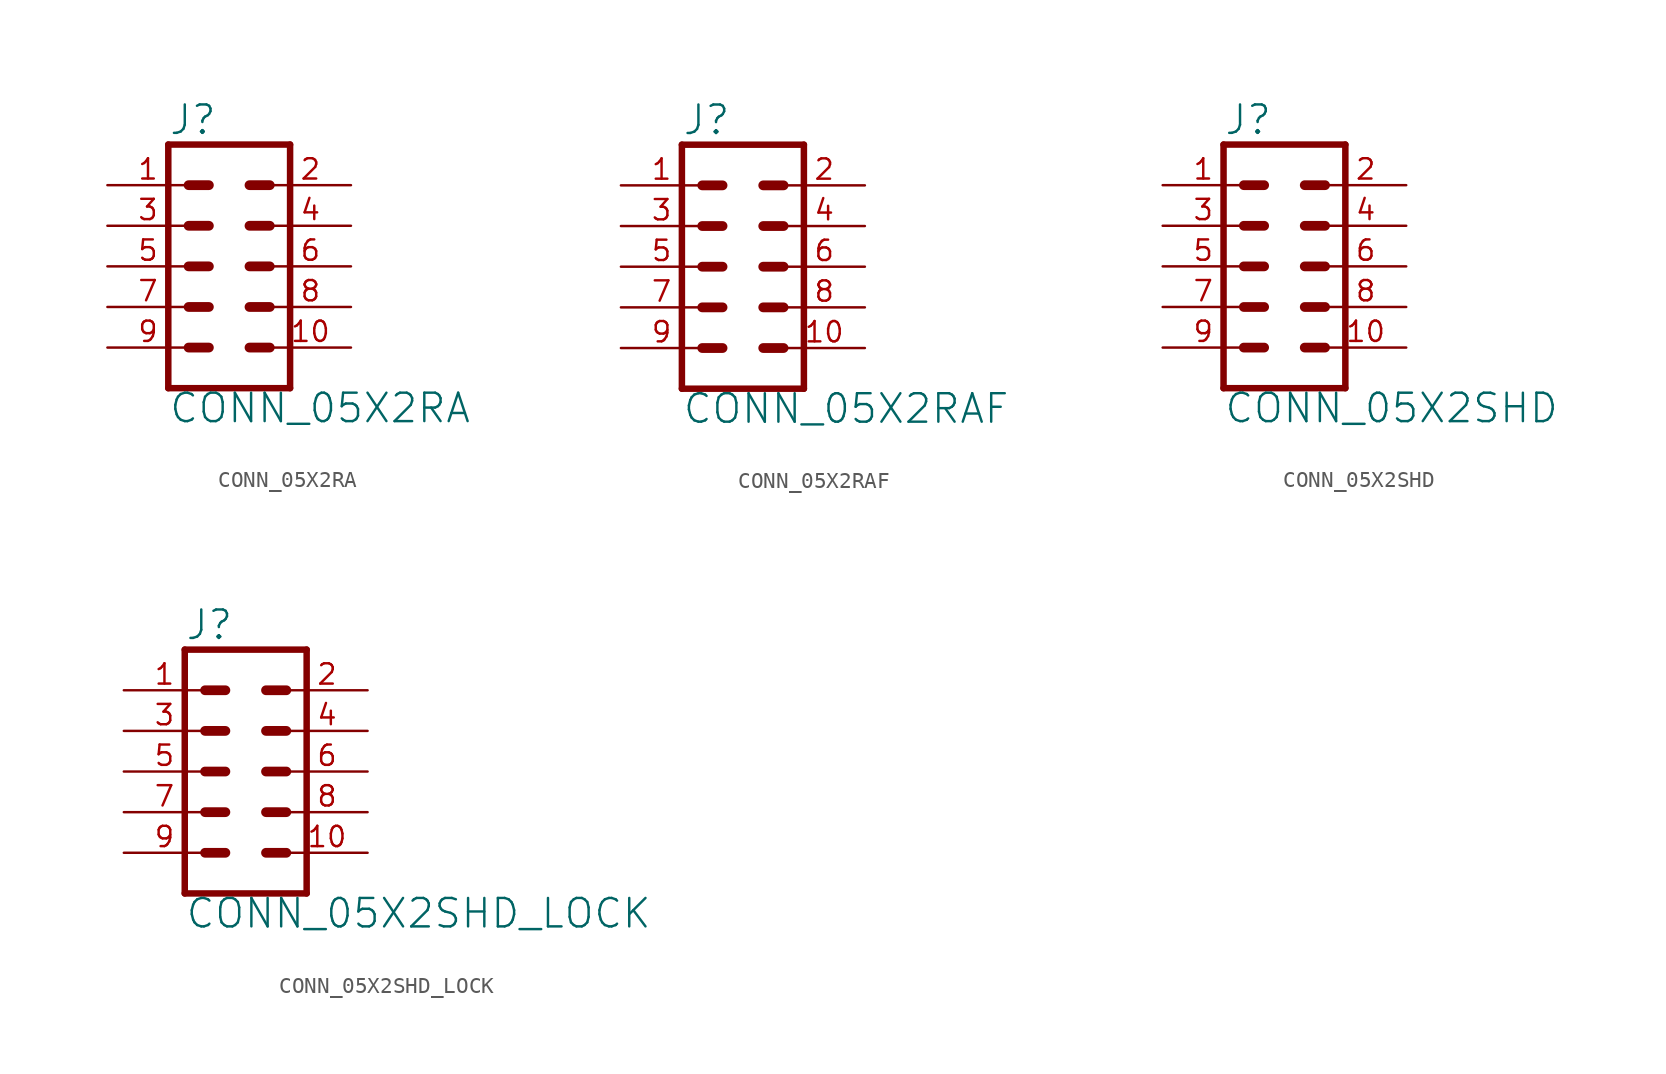
<source format=kicad_sym>
(kicad_symbol_lib
  (version 20211014)
  (generator kicad_symbol_editor)
  (symbol "CONN_05X2RA"
    (property "Reference" "J"
      (at -3.81 8.128 0)
      (effects (font (size 1.778 1.778)) (justify left bottom)))
    (property "Value" "CONN_05X2RA"
      (at -3.81 -9.906 0)
      (effects (font (size 1.778 1.778)) (justify left bottom)))
    (property "ki_locked" ""
      (at 0 0 0)
      (effects (font (size 1.27 1.27))))
    (symbol "CONN_05X2RA_1_0"
      (polyline (pts (xy -3.81 7.62) (xy -3.81 -7.62)) (stroke (width 0.406) (type default) (color 0 0 0 0)) (fill (type none)))
      (polyline (pts (xy -3.81 7.62) (xy 3.81 7.62)) (stroke (width 0.406) (type default) (color 0 0 0 0)) (fill (type none)))
      (polyline (pts (xy -1.27 -5.08) (xy -2.54 -5.08)) (stroke (width 0.61) (type default) (color 0 0 0 0)) (fill (type none)))
      (polyline (pts (xy -1.27 -2.54) (xy -2.54 -2.54)) (stroke (width 0.61) (type default) (color 0 0 0 0)) (fill (type none)))
      (polyline (pts (xy -1.27 0) (xy -2.54 0)) (stroke (width 0.61) (type default) (color 0 0 0 0)) (fill (type none)))
      (polyline (pts (xy -1.27 2.54) (xy -2.54 2.54)) (stroke (width 0.61) (type default) (color 0 0 0 0)) (fill (type none)))
      (polyline (pts (xy -1.27 5.08) (xy -2.54 5.08)) (stroke (width 0.61) (type default) (color 0 0 0 0)) (fill (type none)))
      (polyline (pts (xy 1.27 -5.08) (xy 2.54 -5.08)) (stroke (width 0.61) (type default) (color 0 0 0 0)) (fill (type none)))
      (polyline (pts (xy 1.27 -2.54) (xy 2.54 -2.54)) (stroke (width 0.61) (type default) (color 0 0 0 0)) (fill (type none)))
      (polyline (pts (xy 1.27 0) (xy 2.54 0)) (stroke (width 0.61) (type default) (color 0 0 0 0)) (fill (type none)))
      (polyline (pts (xy 1.27 2.54) (xy 2.54 2.54)) (stroke (width 0.61) (type default) (color 0 0 0 0)) (fill (type none)))
      (polyline (pts (xy 1.27 5.08) (xy 2.54 5.08)) (stroke (width 0.61) (type default) (color 0 0 0 0)) (fill (type none)))
      (polyline (pts (xy 3.81 -7.62) (xy -3.81 -7.62)) (stroke (width 0.406) (type default) (color 0 0 0 0)) (fill (type none)))
      (polyline (pts (xy 3.81 -7.62) (xy 3.81 7.62)) (stroke (width 0.406) (type default) (color 0 0 0 0)) (fill (type none)))
      (pin passive line (at -7.62 5.08 0) (length 5.08) (name "1" (effects (font (size 0 0)))) (number "1" (effects (font (size 1.27 1.27)))))
      (pin passive line (at 7.62 -5.08 180) (length 5.08) (name "10" (effects (font (size 0 0)))) (number "10" (effects (font (size 1.27 1.27)))))
      (pin passive line (at 7.62 5.08 180) (length 5.08) (name "2" (effects (font (size 0 0)))) (number "2" (effects (font (size 1.27 1.27)))))
      (pin passive line (at -7.62 2.54 0) (length 5.08) (name "3" (effects (font (size 0 0)))) (number "3" (effects (font (size 1.27 1.27)))))
      (pin passive line (at 7.62 2.54 180) (length 5.08) (name "4" (effects (font (size 0 0)))) (number "4" (effects (font (size 1.27 1.27)))))
      (pin passive line (at -7.62 0 0) (length 5.08) (name "5" (effects (font (size 0 0)))) (number "5" (effects (font (size 1.27 1.27)))))
      (pin passive line (at 7.62 0 180) (length 5.08) (name "6" (effects (font (size 0 0)))) (number "6" (effects (font (size 1.27 1.27)))))
      (pin passive line (at -7.62 -2.54 0) (length 5.08) (name "7" (effects (font (size 0 0)))) (number "7" (effects (font (size 1.27 1.27)))))
      (pin passive line (at 7.62 -2.54 180) (length 5.08) (name "8" (effects (font (size 0 0)))) (number "8" (effects (font (size 1.27 1.27)))))
      (pin passive line (at -7.62 -5.08 0) (length 5.08) (name "9" (effects (font (size 0 0)))) (number "9" (effects (font (size 1.27 1.27)))))))
  (symbol "CONN_05X2RAF"
    (property "Reference" "J"
      (at -3.81 8.128 0)
      (effects (font (size 1.778 1.778)) (justify left bottom)))
    (property "Value" "CONN_05X2RAF"
      (at -3.81 -9.906 0)
      (effects (font (size 1.778 1.778)) (justify left bottom)))
    (property "ki_locked" ""
      (at 0 0 0)
      (effects (font (size 1.27 1.27))))
    (symbol "CONN_05X2RAF_1_0"
      (polyline (pts (xy -3.81 7.62) (xy -3.81 -7.62)) (stroke (width 0.406) (type default) (color 0 0 0 0)) (fill (type none)))
      (polyline (pts (xy -3.81 7.62) (xy 3.81 7.62)) (stroke (width 0.406) (type default) (color 0 0 0 0)) (fill (type none)))
      (polyline (pts (xy -1.27 -5.08) (xy -2.54 -5.08)) (stroke (width 0.61) (type default) (color 0 0 0 0)) (fill (type none)))
      (polyline (pts (xy -1.27 -2.54) (xy -2.54 -2.54)) (stroke (width 0.61) (type default) (color 0 0 0 0)) (fill (type none)))
      (polyline (pts (xy -1.27 0) (xy -2.54 0)) (stroke (width 0.61) (type default) (color 0 0 0 0)) (fill (type none)))
      (polyline (pts (xy -1.27 2.54) (xy -2.54 2.54)) (stroke (width 0.61) (type default) (color 0 0 0 0)) (fill (type none)))
      (polyline (pts (xy -1.27 5.08) (xy -2.54 5.08)) (stroke (width 0.61) (type default) (color 0 0 0 0)) (fill (type none)))
      (polyline (pts (xy 1.27 -5.08) (xy 2.54 -5.08)) (stroke (width 0.61) (type default) (color 0 0 0 0)) (fill (type none)))
      (polyline (pts (xy 1.27 -2.54) (xy 2.54 -2.54)) (stroke (width 0.61) (type default) (color 0 0 0 0)) (fill (type none)))
      (polyline (pts (xy 1.27 0) (xy 2.54 0)) (stroke (width 0.61) (type default) (color 0 0 0 0)) (fill (type none)))
      (polyline (pts (xy 1.27 2.54) (xy 2.54 2.54)) (stroke (width 0.61) (type default) (color 0 0 0 0)) (fill (type none)))
      (polyline (pts (xy 1.27 5.08) (xy 2.54 5.08)) (stroke (width 0.61) (type default) (color 0 0 0 0)) (fill (type none)))
      (polyline (pts (xy 3.81 -7.62) (xy -3.81 -7.62)) (stroke (width 0.406) (type default) (color 0 0 0 0)) (fill (type none)))
      (polyline (pts (xy 3.81 -7.62) (xy 3.81 7.62)) (stroke (width 0.406) (type default) (color 0 0 0 0)) (fill (type none)))
      (pin passive line (at -7.62 5.08 0) (length 5.08) (name "1" (effects (font (size 0 0)))) (number "1" (effects (font (size 1.27 1.27)))))
      (pin passive line (at 7.62 -5.08 180) (length 5.08) (name "10" (effects (font (size 0 0)))) (number "10" (effects (font (size 1.27 1.27)))))
      (pin passive line (at 7.62 5.08 180) (length 5.08) (name "2" (effects (font (size 0 0)))) (number "2" (effects (font (size 1.27 1.27)))))
      (pin passive line (at -7.62 2.54 0) (length 5.08) (name "3" (effects (font (size 0 0)))) (number "3" (effects (font (size 1.27 1.27)))))
      (pin passive line (at 7.62 2.54 180) (length 5.08) (name "4" (effects (font (size 0 0)))) (number "4" (effects (font (size 1.27 1.27)))))
      (pin passive line (at -7.62 0 0) (length 5.08) (name "5" (effects (font (size 0 0)))) (number "5" (effects (font (size 1.27 1.27)))))
      (pin passive line (at 7.62 0 180) (length 5.08) (name "6" (effects (font (size 0 0)))) (number "6" (effects (font (size 1.27 1.27)))))
      (pin passive line (at -7.62 -2.54 0) (length 5.08) (name "7" (effects (font (size 0 0)))) (number "7" (effects (font (size 1.27 1.27)))))
      (pin passive line (at 7.62 -2.54 180) (length 5.08) (name "8" (effects (font (size 0 0)))) (number "8" (effects (font (size 1.27 1.27)))))
      (pin passive line (at -7.62 -5.08 0) (length 5.08) (name "9" (effects (font (size 0 0)))) (number "9" (effects (font (size 1.27 1.27)))))))
  (symbol "CONN_05X2SHD"
    (property "Reference" "J"
      (at -3.81 8.128 0)
      (effects (font (size 1.778 1.778)) (justify left bottom)))
    (property "Value" "CONN_05X2SHD"
      (at -3.81 -9.906 0)
      (effects (font (size 1.778 1.778)) (justify left bottom)))
    (property "ki_locked" ""
      (at 0 0 0)
      (effects (font (size 1.27 1.27))))
    (symbol "CONN_05X2SHD_1_0"
      (polyline (pts (xy -3.81 7.62) (xy -3.81 -7.62)) (stroke (width 0.406) (type default) (color 0 0 0 0)) (fill (type none)))
      (polyline (pts (xy -3.81 7.62) (xy 3.81 7.62)) (stroke (width 0.406) (type default) (color 0 0 0 0)) (fill (type none)))
      (polyline (pts (xy -1.27 -5.08) (xy -2.54 -5.08)) (stroke (width 0.61) (type default) (color 0 0 0 0)) (fill (type none)))
      (polyline (pts (xy -1.27 -2.54) (xy -2.54 -2.54)) (stroke (width 0.61) (type default) (color 0 0 0 0)) (fill (type none)))
      (polyline (pts (xy -1.27 0) (xy -2.54 0)) (stroke (width 0.61) (type default) (color 0 0 0 0)) (fill (type none)))
      (polyline (pts (xy -1.27 2.54) (xy -2.54 2.54)) (stroke (width 0.61) (type default) (color 0 0 0 0)) (fill (type none)))
      (polyline (pts (xy -1.27 5.08) (xy -2.54 5.08)) (stroke (width 0.61) (type default) (color 0 0 0 0)) (fill (type none)))
      (polyline (pts (xy 1.27 -5.08) (xy 2.54 -5.08)) (stroke (width 0.61) (type default) (color 0 0 0 0)) (fill (type none)))
      (polyline (pts (xy 1.27 -2.54) (xy 2.54 -2.54)) (stroke (width 0.61) (type default) (color 0 0 0 0)) (fill (type none)))
      (polyline (pts (xy 1.27 0) (xy 2.54 0)) (stroke (width 0.61) (type default) (color 0 0 0 0)) (fill (type none)))
      (polyline (pts (xy 1.27 2.54) (xy 2.54 2.54)) (stroke (width 0.61) (type default) (color 0 0 0 0)) (fill (type none)))
      (polyline (pts (xy 1.27 5.08) (xy 2.54 5.08)) (stroke (width 0.61) (type default) (color 0 0 0 0)) (fill (type none)))
      (polyline (pts (xy 3.81 -7.62) (xy -3.81 -7.62)) (stroke (width 0.406) (type default) (color 0 0 0 0)) (fill (type none)))
      (polyline (pts (xy 3.81 -7.62) (xy 3.81 7.62)) (stroke (width 0.406) (type default) (color 0 0 0 0)) (fill (type none)))
      (pin passive line (at -7.62 5.08 0) (length 5.08) (name "1" (effects (font (size 0 0)))) (number "1" (effects (font (size 1.27 1.27)))))
      (pin passive line (at 7.62 -5.08 180) (length 5.08) (name "10" (effects (font (size 0 0)))) (number "10" (effects (font (size 1.27 1.27)))))
      (pin passive line (at 7.62 5.08 180) (length 5.08) (name "2" (effects (font (size 0 0)))) (number "2" (effects (font (size 1.27 1.27)))))
      (pin passive line (at -7.62 2.54 0) (length 5.08) (name "3" (effects (font (size 0 0)))) (number "3" (effects (font (size 1.27 1.27)))))
      (pin passive line (at 7.62 2.54 180) (length 5.08) (name "4" (effects (font (size 0 0)))) (number "4" (effects (font (size 1.27 1.27)))))
      (pin passive line (at -7.62 0 0) (length 5.08) (name "5" (effects (font (size 0 0)))) (number "5" (effects (font (size 1.27 1.27)))))
      (pin passive line (at 7.62 0 180) (length 5.08) (name "6" (effects (font (size 0 0)))) (number "6" (effects (font (size 1.27 1.27)))))
      (pin passive line (at -7.62 -2.54 0) (length 5.08) (name "7" (effects (font (size 0 0)))) (number "7" (effects (font (size 1.27 1.27)))))
      (pin passive line (at 7.62 -2.54 180) (length 5.08) (name "8" (effects (font (size 0 0)))) (number "8" (effects (font (size 1.27 1.27)))))
      (pin passive line (at -7.62 -5.08 0) (length 5.08) (name "9" (effects (font (size 0 0)))) (number "9" (effects (font (size 1.27 1.27)))))))
  (symbol "CONN_05X2SHD_LOCK"
    (property "Reference" "J"
      (at -3.81 8.128 0)
      (effects (font (size 1.778 1.778)) (justify left bottom)))
    (property "Value" "CONN_05X2SHD_LOCK"
      (at -3.81 -9.906 0)
      (effects (font (size 1.778 1.778)) (justify left bottom)))
    (property "ki_locked" ""
      (at 0 0 0)
      (effects (font (size 1.27 1.27))))
    (symbol "CONN_05X2SHD_LOCK_1_0"
      (polyline (pts (xy -3.81 7.62) (xy -3.81 -7.62)) (stroke (width 0.406) (type default) (color 0 0 0 0)) (fill (type none)))
      (polyline (pts (xy -3.81 7.62) (xy 3.81 7.62)) (stroke (width 0.406) (type default) (color 0 0 0 0)) (fill (type none)))
      (polyline (pts (xy -1.27 -5.08) (xy -2.54 -5.08)) (stroke (width 0.61) (type default) (color 0 0 0 0)) (fill (type none)))
      (polyline (pts (xy -1.27 -2.54) (xy -2.54 -2.54)) (stroke (width 0.61) (type default) (color 0 0 0 0)) (fill (type none)))
      (polyline (pts (xy -1.27 0) (xy -2.54 0)) (stroke (width 0.61) (type default) (color 0 0 0 0)) (fill (type none)))
      (polyline (pts (xy -1.27 2.54) (xy -2.54 2.54)) (stroke (width 0.61) (type default) (color 0 0 0 0)) (fill (type none)))
      (polyline (pts (xy -1.27 5.08) (xy -2.54 5.08)) (stroke (width 0.61) (type default) (color 0 0 0 0)) (fill (type none)))
      (polyline (pts (xy 1.27 -5.08) (xy 2.54 -5.08)) (stroke (width 0.61) (type default) (color 0 0 0 0)) (fill (type none)))
      (polyline (pts (xy 1.27 -2.54) (xy 2.54 -2.54)) (stroke (width 0.61) (type default) (color 0 0 0 0)) (fill (type none)))
      (polyline (pts (xy 1.27 0) (xy 2.54 0)) (stroke (width 0.61) (type default) (color 0 0 0 0)) (fill (type none)))
      (polyline (pts (xy 1.27 2.54) (xy 2.54 2.54)) (stroke (width 0.61) (type default) (color 0 0 0 0)) (fill (type none)))
      (polyline (pts (xy 1.27 5.08) (xy 2.54 5.08)) (stroke (width 0.61) (type default) (color 0 0 0 0)) (fill (type none)))
      (polyline (pts (xy 3.81 -7.62) (xy -3.81 -7.62)) (stroke (width 0.406) (type default) (color 0 0 0 0)) (fill (type none)))
      (polyline (pts (xy 3.81 -7.62) (xy 3.81 7.62)) (stroke (width 0.406) (type default) (color 0 0 0 0)) (fill (type none)))
      (pin passive line (at -7.62 5.08 0) (length 5.08) (name "1" (effects (font (size 0 0)))) (number "1" (effects (font (size 1.27 1.27)))))
      (pin passive line (at 7.62 -5.08 180) (length 5.08) (name "10" (effects (font (size 0 0)))) (number "10" (effects (font (size 1.27 1.27)))))
      (pin passive line (at 7.62 5.08 180) (length 5.08) (name "2" (effects (font (size 0 0)))) (number "2" (effects (font (size 1.27 1.27)))))
      (pin passive line (at -7.62 2.54 0) (length 5.08) (name "3" (effects (font (size 0 0)))) (number "3" (effects (font (size 1.27 1.27)))))
      (pin passive line (at 7.62 2.54 180) (length 5.08) (name "4" (effects (font (size 0 0)))) (number "4" (effects (font (size 1.27 1.27)))))
      (pin passive line (at -7.62 0 0) (length 5.08) (name "5" (effects (font (size 0 0)))) (number "5" (effects (font (size 1.27 1.27)))))
      (pin passive line (at 7.62 0 180) (length 5.08) (name "6" (effects (font (size 0 0)))) (number "6" (effects (font (size 1.27 1.27)))))
      (pin passive line (at -7.62 -2.54 0) (length 5.08) (name "7" (effects (font (size 0 0)))) (number "7" (effects (font (size 1.27 1.27)))))
      (pin passive line (at 7.62 -2.54 180) (length 5.08) (name "8" (effects (font (size 0 0)))) (number "8" (effects (font (size 1.27 1.27)))))
      (pin passive line (at -7.62 -5.08 0) (length 5.08) (name "9" (effects (font (size 0 0)))) (number "9" (effects (font (size 1.27 1.27))))))))
</source>
